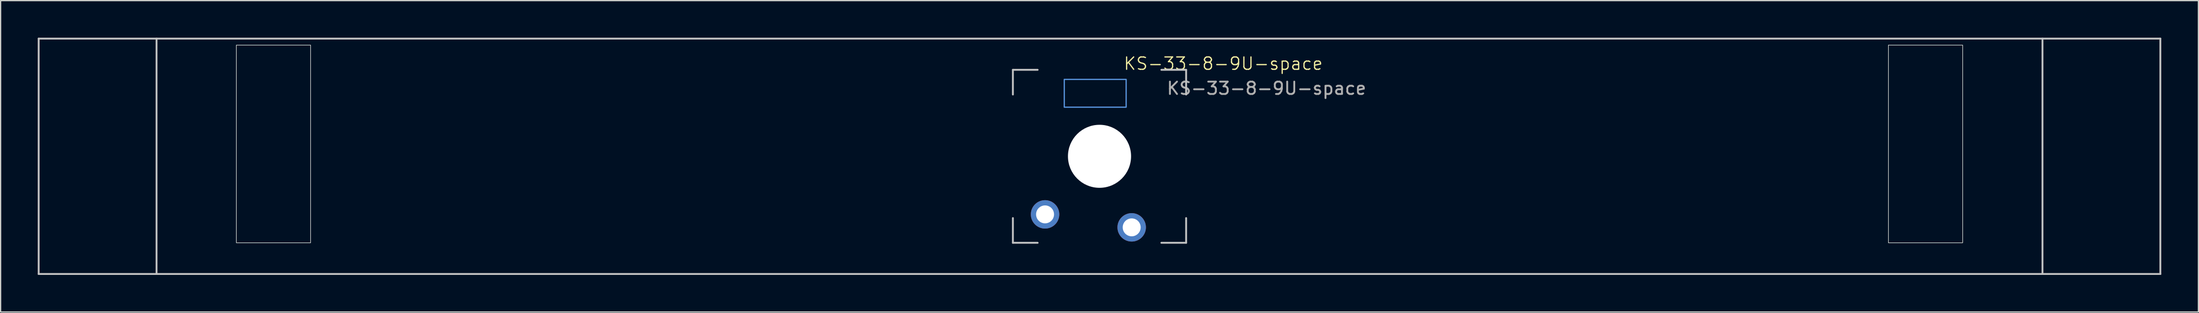
<source format=kicad_pcb>
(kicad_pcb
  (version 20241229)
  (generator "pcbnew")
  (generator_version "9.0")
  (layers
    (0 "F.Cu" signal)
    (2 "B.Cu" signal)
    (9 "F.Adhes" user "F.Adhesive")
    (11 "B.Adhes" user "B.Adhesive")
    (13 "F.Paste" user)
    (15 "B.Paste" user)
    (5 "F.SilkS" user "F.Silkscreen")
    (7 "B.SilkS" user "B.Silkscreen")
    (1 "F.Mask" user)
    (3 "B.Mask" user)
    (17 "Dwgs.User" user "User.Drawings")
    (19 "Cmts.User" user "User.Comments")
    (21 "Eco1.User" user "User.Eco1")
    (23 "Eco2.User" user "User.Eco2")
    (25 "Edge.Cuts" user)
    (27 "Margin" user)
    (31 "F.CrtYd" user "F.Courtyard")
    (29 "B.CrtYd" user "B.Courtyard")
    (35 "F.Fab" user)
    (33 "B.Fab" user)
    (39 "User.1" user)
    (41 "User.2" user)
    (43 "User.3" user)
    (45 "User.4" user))
  (footprint "KS-33-8-9U-space"
    (layer "F.Cu")
    (at 85.8 9.6)
    (property "Reference" "KS-33-8-9U-space" (at 10 -7.5 0) (unlocked yes) (layer "F.SilkS") (effects (font (size 1 1) (thickness 0.1))))
    (attr smd)
    (fp_line (start -85.725 -9.525) (end -85.725 9.525) (stroke (width 0.15) (type solid)) (layer "Dwgs.User"))
    (fp_line (start -85.725 -9.525) (end 85.725 -9.525) (stroke (width 0.15) (type solid)) (layer "Dwgs.User"))
    (fp_line (start -85.725 9.525) (end 85.725 9.525) (stroke (width 0.15) (type solid)) (layer "Dwgs.User"))
    (fp_line (start -76.2 -9.525) (end -76.2 9.525) (stroke (width 0.15) (type solid)) (layer "Dwgs.User"))
    (fp_line (start -7 -7) (end -7 -5) (stroke (width 0.15) (type solid)) (layer "Dwgs.User"))
    (fp_line (start -7 5) (end -7 7) (stroke (width 0.15) (type solid)) (layer "Dwgs.User"))
    (fp_line (start -7 7) (end -5 7) (stroke (width 0.15) (type solid)) (layer "Dwgs.User"))
    (fp_line (start -5 -7) (end -7 -7) (stroke (width 0.15) (type solid)) (layer "Dwgs.User"))
    (fp_line (start 5 -7) (end 7 -7) (stroke (width 0.15) (type solid)) (layer "Dwgs.User"))
    (fp_line (start 5 7) (end 7 7) (stroke (width 0.15) (type solid)) (layer "Dwgs.User"))
    (fp_line (start 7 -7) (end 7 -5) (stroke (width 0.15) (type solid)) (layer "Dwgs.User"))
    (fp_line (start 7 7) (end 7 5) (stroke (width 0.15) (type solid)) (layer "Dwgs.User"))
    (fp_line (start 76.2 -9.525) (end 76.2 9.525) (stroke (width 0.15) (type solid)) (layer "Dwgs.User"))
    (fp_line (start 85.725 -9.525) (end 85.725 9.525) (stroke (width 0.15) (type solid)) (layer "Dwgs.User"))
    (fp_rect (start -2.848 -6.225) (end 2.152 -3.975) (stroke (width 0.1) (type default)) (fill no) (layer "Cmts.User"))
    (fp_rect (start -69.75 -9) (end -63.75 7) (stroke (width 0.05) (type default)) (fill no) (layer "Edge.Cuts"))
    (fp_rect (start 63.75 -9) (end 69.75 7) (stroke (width 0.05) (type default)) (fill no) (layer "Edge.Cuts"))
    (fp_text user "${REFERENCE}" (at 13.5 -5.5 0) (unlocked yes) (layer "F.Fab") (effects (font (size 1 1) (thickness 0.15))))
    (pad "" np_thru_hole circle (at 0 0 180) (size 5.1 5.1) (drill 5.1) (layers "*.Cu" "*.Mask"))
    (pad "1" thru_hole circle (at -4.4 4.7 180) (size 2.3 2.3) (drill 1.45) (layers "*.Cu" "B.Mask"))
    (pad "2" thru_hole circle (at 2.6 5.75 180) (size 2.3 2.3) (drill 1.45) (layers "*.Cu" "B.Mask")))
  (gr_rect
    (start -3 -3)
    (end 174.6 22.2)
    (stroke (width 0.1) (type default))
    (fill no)
    (layer "Edge.Cuts")))
</source>
